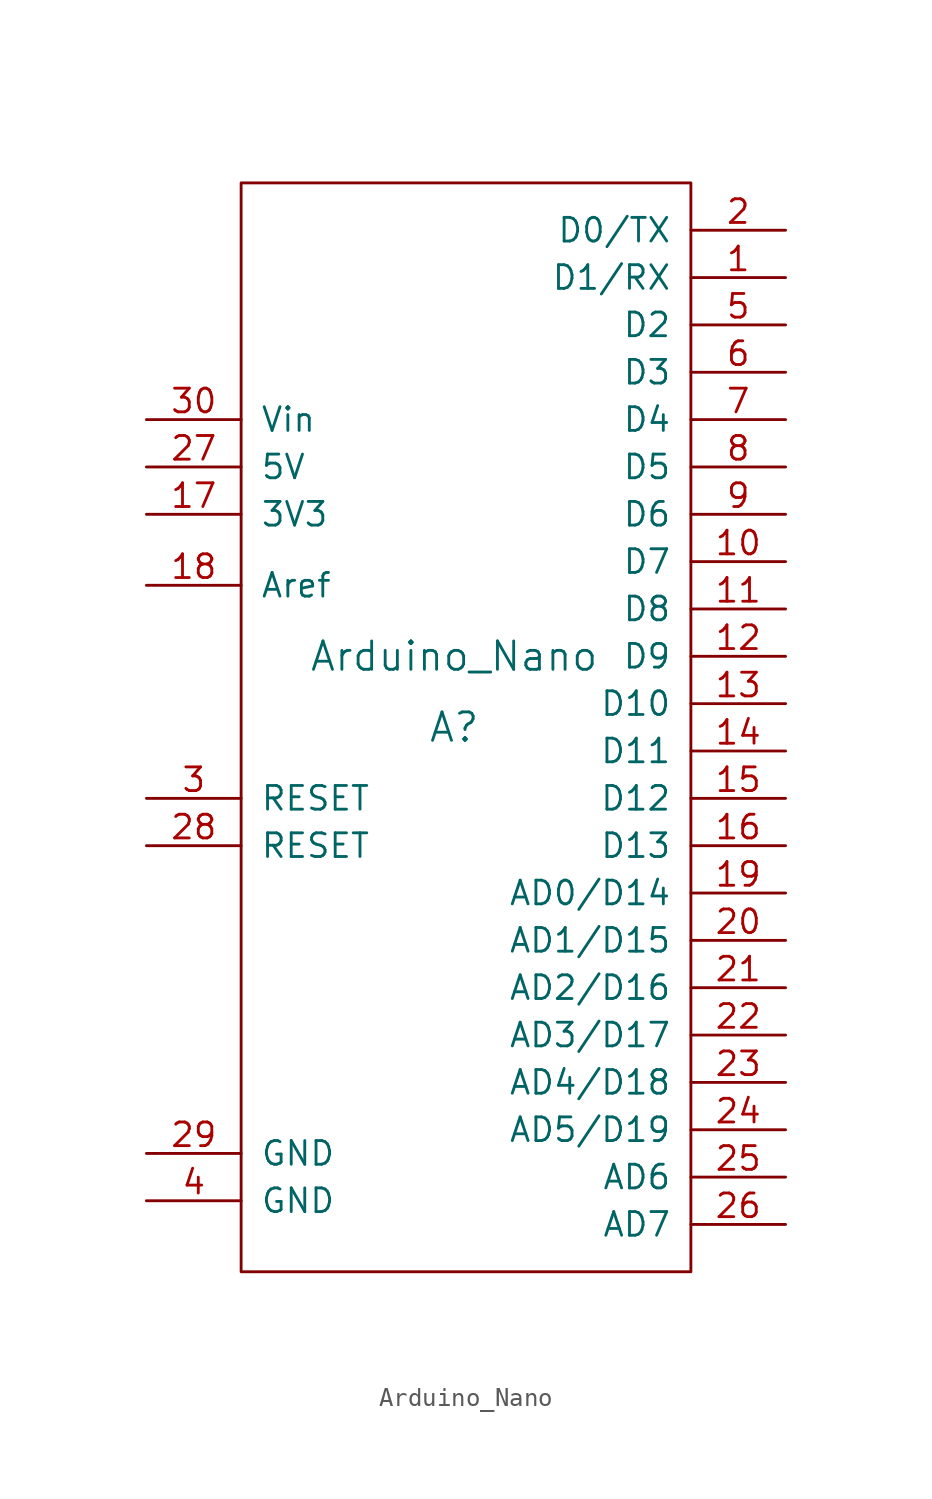
<source format=kicad_sym>
(kicad_symbol_lib
  (version 20220914)
  (generator kicad_symbol_editor)
  (symbol "Arduino_Nano"
    (pin_names
      (offset 1.016))
    (property "Reference" "A"
      (at 0 0 0)
      (effects (font (size 1.524 1.524))))
    (property "Value" "Arduino_Nano"
      (at 0 3.81 0)
      (effects (font (size 1.524 1.524))))
    (property "Footprint" ""
      (at 0 0 0)
      (effects (font (size 1.524 1.524))))
    (property "Datasheet" ""
      (at 0 0 0)
      (effects (font (size 1.524 1.524))))
    (symbol "Arduino_Nano_0_1"
      (rectangle (start 12.7 29.21) (end -11.43 -29.21) (stroke (width 0) (type solid)) (fill (type none))))
    (symbol "Arduino_Nano_1_1"
      (pin bidirectional line (at 17.78 24.13 180) (length 5.08) (name "D1/RX" (effects (font (size 1.27 1.27)))) (number "1" (effects (font (size 1.27 1.27)))))
      (pin bidirectional line (at 17.78 8.89 180) (length 5.08) (name "D7" (effects (font (size 1.27 1.27)))) (number "10" (effects (font (size 1.27 1.27)))))
      (pin bidirectional line (at 17.78 6.35 180) (length 5.08) (name "D8" (effects (font (size 1.27 1.27)))) (number "11" (effects (font (size 1.27 1.27)))))
      (pin bidirectional line (at 17.78 3.81 180) (length 5.08) (name "D9" (effects (font (size 1.27 1.27)))) (number "12" (effects (font (size 1.27 1.27)))))
      (pin bidirectional line (at 17.78 1.27 180) (length 5.08) (name "D10" (effects (font (size 1.27 1.27)))) (number "13" (effects (font (size 1.27 1.27)))))
      (pin bidirectional line (at 17.78 -1.27 180) (length 5.08) (name "D11" (effects (font (size 1.27 1.27)))) (number "14" (effects (font (size 1.27 1.27)))))
      (pin bidirectional line (at 17.78 -3.81 180) (length 5.08) (name "D12" (effects (font (size 1.27 1.27)))) (number "15" (effects (font (size 1.27 1.27)))))
      (pin bidirectional line (at 17.78 -6.35 180) (length 5.08) (name "D13" (effects (font (size 1.27 1.27)))) (number "16" (effects (font (size 1.27 1.27)))))
      (pin power_in line (at -16.51 11.43 0) (length 5.08) (name "3V3" (effects (font (size 1.27 1.27)))) (number "17" (effects (font (size 1.27 1.27)))))
      (pin passive line (at -16.51 7.62 0) (length 5.08) (name "Aref" (effects (font (size 1.27 1.27)))) (number "18" (effects (font (size 1.27 1.27)))))
      (pin bidirectional line (at 17.78 -8.89 180) (length 5.08) (name "AD0/D14" (effects (font (size 1.27 1.27)))) (number "19" (effects (font (size 1.27 1.27)))))
      (pin bidirectional line (at 17.78 26.67 180) (length 5.08) (name "D0/TX" (effects (font (size 1.27 1.27)))) (number "2" (effects (font (size 1.27 1.27)))))
      (pin bidirectional line (at 17.78 -11.43 180) (length 5.08) (name "AD1/D15" (effects (font (size 1.27 1.27)))) (number "20" (effects (font (size 1.27 1.27)))))
      (pin bidirectional line (at 17.78 -13.97 180) (length 5.08) (name "AD2/D16" (effects (font (size 1.27 1.27)))) (number "21" (effects (font (size 1.27 1.27)))))
      (pin bidirectional line (at 17.78 -16.51 180) (length 5.08) (name "AD3/D17" (effects (font (size 1.27 1.27)))) (number "22" (effects (font (size 1.27 1.27)))))
      (pin bidirectional line (at 17.78 -19.05 180) (length 5.08) (name "AD4/D18" (effects (font (size 1.27 1.27)))) (number "23" (effects (font (size 1.27 1.27)))))
      (pin bidirectional line (at 17.78 -21.59 180) (length 5.08) (name "AD5/D19" (effects (font (size 1.27 1.27)))) (number "24" (effects (font (size 1.27 1.27)))))
      (pin input line (at 17.78 -24.13 180) (length 5.08) (name "AD6" (effects (font (size 1.27 1.27)))) (number "25" (effects (font (size 1.27 1.27)))))
      (pin input line (at 17.78 -26.67 180) (length 5.08) (name "AD7" (effects (font (size 1.27 1.27)))) (number "26" (effects (font (size 1.27 1.27)))))
      (pin power_out line (at -16.51 13.97 0) (length 5.08) (name "5V" (effects (font (size 1.27 1.27)))) (number "27" (effects (font (size 1.27 1.27)))))
      (pin input line (at -16.51 -6.35 0) (length 5.08) (name "RESET" (effects (font (size 1.27 1.27)))) (number "28" (effects (font (size 1.27 1.27)))))
      (pin power_in line (at -16.51 -22.86 0) (length 5.08) (name "GND" (effects (font (size 1.27 1.27)))) (number "29" (effects (font (size 1.27 1.27)))))
      (pin input line (at -16.51 -3.81 0) (length 5.08) (name "RESET" (effects (font (size 1.27 1.27)))) (number "3" (effects (font (size 1.27 1.27)))))
      (pin power_in line (at -16.51 16.51 0) (length 5.08) (name "Vin" (effects (font (size 1.27 1.27)))) (number "30" (effects (font (size 1.27 1.27)))))
      (pin power_in line (at -16.51 -25.4 0) (length 5.08) (name "GND" (effects (font (size 1.27 1.27)))) (number "4" (effects (font (size 1.27 1.27)))))
      (pin bidirectional line (at 17.78 21.59 180) (length 5.08) (name "D2" (effects (font (size 1.27 1.27)))) (number "5" (effects (font (size 1.27 1.27)))))
      (pin bidirectional line (at 17.78 19.05 180) (length 5.08) (name "D3" (effects (font (size 1.27 1.27)))) (number "6" (effects (font (size 1.27 1.27)))))
      (pin bidirectional line (at 17.78 16.51 180) (length 5.08) (name "D4" (effects (font (size 1.27 1.27)))) (number "7" (effects (font (size 1.27 1.27)))))
      (pin bidirectional line (at 17.78 13.97 180) (length 5.08) (name "D5" (effects (font (size 1.27 1.27)))) (number "8" (effects (font (size 1.27 1.27)))))
      (pin bidirectional line (at 17.78 11.43 180) (length 5.08) (name "D6" (effects (font (size 1.27 1.27)))) (number "9" (effects (font (size 1.27 1.27))))))))
</source>
